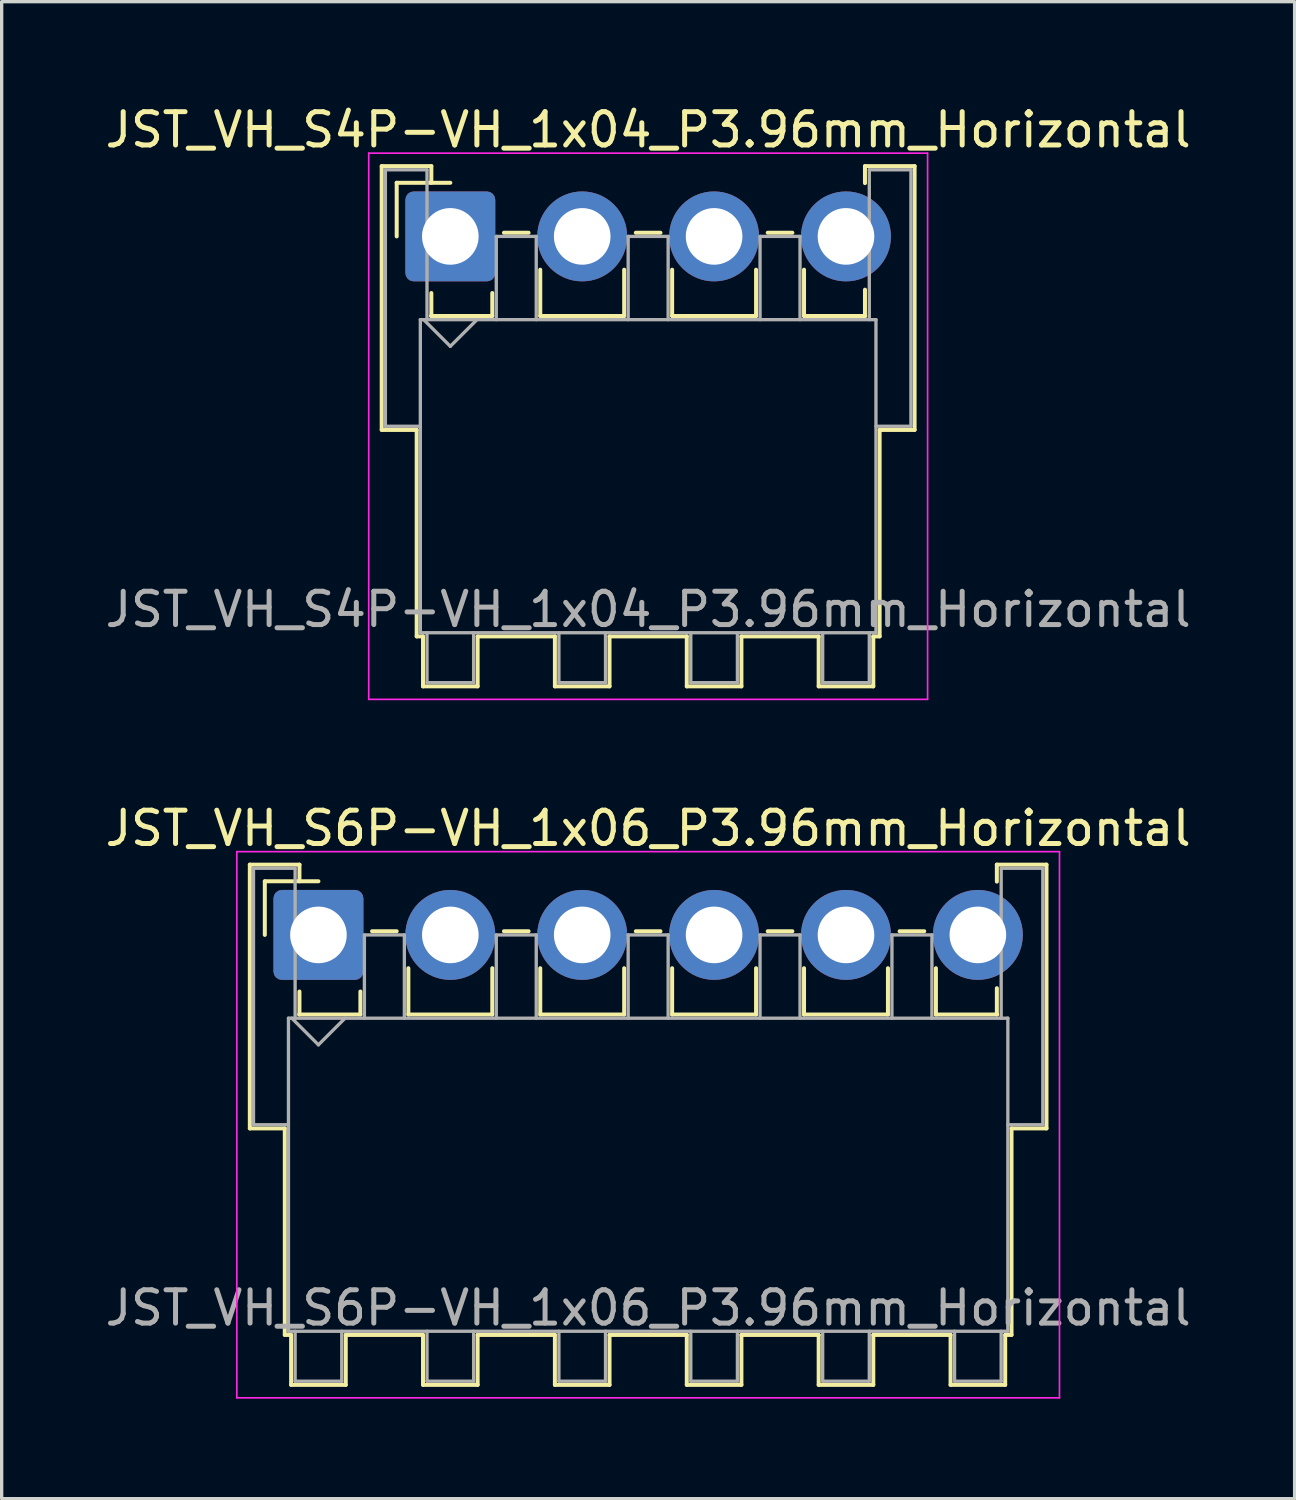
<source format=kicad_pcb>
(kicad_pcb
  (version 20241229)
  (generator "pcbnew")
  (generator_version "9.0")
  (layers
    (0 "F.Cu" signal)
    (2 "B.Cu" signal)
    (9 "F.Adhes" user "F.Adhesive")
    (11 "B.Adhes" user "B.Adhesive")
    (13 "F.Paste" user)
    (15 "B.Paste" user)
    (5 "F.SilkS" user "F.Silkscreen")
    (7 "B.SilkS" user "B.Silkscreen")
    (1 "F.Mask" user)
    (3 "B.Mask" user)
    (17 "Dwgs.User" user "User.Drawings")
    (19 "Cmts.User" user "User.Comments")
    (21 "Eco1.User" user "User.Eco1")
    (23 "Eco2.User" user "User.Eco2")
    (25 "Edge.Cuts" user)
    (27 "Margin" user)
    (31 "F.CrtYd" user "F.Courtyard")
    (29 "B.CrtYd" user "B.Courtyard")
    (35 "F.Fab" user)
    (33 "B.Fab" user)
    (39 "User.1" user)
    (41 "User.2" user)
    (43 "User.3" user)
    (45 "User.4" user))
  (footprint "JST_VH_S4P-VH_1x04_P3.96mm_Horizontal"
    (layer "F.Cu")
    (at 10.471 4.048)
    (property "Reference" "JST_VH_S4P-VH_1x04_P3.96mm_Horizontal" (at 5.94 -3.2 0) (layer "F.SilkS") (effects (font (size 1 1) (thickness 0.15))))
    (attr through_hole)
    (fp_line (start -2.06 -2.11) (end -0.57 -2.11) (stroke (width 0.12) (type solid)) (layer "F.SilkS"))
    (fp_line (start -2.06 5.81) (end -2.06 -2.11) (stroke (width 0.12) (type solid)) (layer "F.SilkS"))
    (fp_line (start -1.61 -1.61) (end -1.61 0) (stroke (width 0.12) (type solid)) (layer "F.SilkS"))
    (fp_line (start -1.01 5.81) (end -2.06 5.81) (stroke (width 0.12) (type solid)) (layer "F.SilkS"))
    (fp_line (start -1.01 5.81) (end -1.01 12.01) (stroke (width 0.12) (type solid)) (layer "F.SilkS"))
    (fp_line (start -1.01 12.01) (end -0.82 12.01) (stroke (width 0.12) (type solid)) (layer "F.SilkS"))
    (fp_line (start -0.82 12.01) (end -0.82 13.51) (stroke (width 0.12) (type solid)) (layer "F.SilkS"))
    (fp_line (start -0.82 13.51) (end 0.82 13.51) (stroke (width 0.12) (type solid)) (layer "F.SilkS"))
    (fp_line (start -0.58 2.39) (end 1.26 2.39) (stroke (width 0.12) (type solid)) (layer "F.SilkS"))
    (fp_line (start -0.57 -2.11) (end -0.57 -1.61) (stroke (width 0.12) (type solid)) (layer "F.SilkS"))
    (fp_line (start -0.57 1.7) (end -0.57 2.39) (stroke (width 0.12) (type solid)) (layer "F.SilkS"))
    (fp_line (start 0 -1.61) (end -1.61 -1.61) (stroke (width 0.12) (type solid)) (layer "F.SilkS"))
    (fp_line (start 0.82 12.01) (end 3.14 12.01) (stroke (width 0.12) (type solid)) (layer "F.SilkS"))
    (fp_line (start 0.82 13.51) (end 0.82 12.01) (stroke (width 0.12) (type solid)) (layer "F.SilkS"))
    (fp_line (start 1.26 2.39) (end 1.26 1.7) (stroke (width 0.12) (type solid)) (layer "F.SilkS"))
    (fp_line (start 1.61 -0.11) (end 2.35 -0.11) (stroke (width 0.12) (type solid)) (layer "F.SilkS"))
    (fp_line (start 2.7 1) (end 2.7 2.39) (stroke (width 0.12) (type solid)) (layer "F.SilkS"))
    (fp_line (start 2.7 2.39) (end 5.22 2.39) (stroke (width 0.12) (type solid)) (layer "F.SilkS"))
    (fp_line (start 3.14 12.01) (end 3.14 13.51) (stroke (width 0.12) (type solid)) (layer "F.SilkS"))
    (fp_line (start 3.14 13.51) (end 4.78 13.51) (stroke (width 0.12) (type solid)) (layer "F.SilkS"))
    (fp_line (start 4.78 12.01) (end 7.1 12.01) (stroke (width 0.12) (type solid)) (layer "F.SilkS"))
    (fp_line (start 4.78 13.51) (end 4.78 12.01) (stroke (width 0.12) (type solid)) (layer "F.SilkS"))
    (fp_line (start 5.22 2.39) (end 5.22 1) (stroke (width 0.12) (type solid)) (layer "F.SilkS"))
    (fp_line (start 5.57 -0.11) (end 6.31 -0.11) (stroke (width 0.12) (type solid)) (layer "F.SilkS"))
    (fp_line (start 6.66 1) (end 6.66 2.39) (stroke (width 0.12) (type solid)) (layer "F.SilkS"))
    (fp_line (start 6.66 2.39) (end 9.18 2.39) (stroke (width 0.12) (type solid)) (layer "F.SilkS"))
    (fp_line (start 7.1 12.01) (end 7.1 13.51) (stroke (width 0.12) (type solid)) (layer "F.SilkS"))
    (fp_line (start 7.1 13.51) (end 8.74 13.51) (stroke (width 0.12) (type solid)) (layer "F.SilkS"))
    (fp_line (start 8.74 12.01) (end 11.06 12.01) (stroke (width 0.12) (type solid)) (layer "F.SilkS"))
    (fp_line (start 8.74 13.51) (end 8.74 12.01) (stroke (width 0.12) (type solid)) (layer "F.SilkS"))
    (fp_line (start 9.18 2.39) (end 9.18 1) (stroke (width 0.12) (type solid)) (layer "F.SilkS"))
    (fp_line (start 9.53 -0.11) (end 10.27 -0.11) (stroke (width 0.12) (type solid)) (layer "F.SilkS"))
    (fp_line (start 10.62 1) (end 10.62 2.39) (stroke (width 0.12) (type solid)) (layer "F.SilkS"))
    (fp_line (start 10.62 2.39) (end 12.46 2.39) (stroke (width 0.12) (type solid)) (layer "F.SilkS"))
    (fp_line (start 11.06 12.01) (end 11.06 13.51) (stroke (width 0.12) (type solid)) (layer "F.SilkS"))
    (fp_line (start 11.06 13.51) (end 12.7 13.51) (stroke (width 0.12) (type solid)) (layer "F.SilkS"))
    (fp_line (start 12.45 -2.11) (end 13.94 -2.11) (stroke (width 0.12) (type solid)) (layer "F.SilkS"))
    (fp_line (start 12.45 -1.6) (end 12.45 -2.11) (stroke (width 0.12) (type solid)) (layer "F.SilkS"))
    (fp_line (start 12.45 2.39) (end 12.45 1.6) (stroke (width 0.12) (type solid)) (layer "F.SilkS"))
    (fp_line (start 12.7 12.01) (end 12.89 12.01) (stroke (width 0.12) (type solid)) (layer "F.SilkS"))
    (fp_line (start 12.7 13.51) (end 12.7 12.01) (stroke (width 0.12) (type solid)) (layer "F.SilkS"))
    (fp_line (start 12.89 12.01) (end 12.89 5.81) (stroke (width 0.12) (type solid)) (layer "F.SilkS"))
    (fp_line (start 13.94 -2.11) (end 13.94 5.81) (stroke (width 0.12) (type solid)) (layer "F.SilkS"))
    (fp_line (start 13.94 5.81) (end 12.89 5.81) (stroke (width 0.12) (type solid)) (layer "F.SilkS"))
    (fp_line (start -2.45 -2.5) (end -2.45 13.9) (stroke (width 0.05) (type solid)) (layer "F.CrtYd"))
    (fp_line (start -2.45 13.9) (end 14.33 13.9) (stroke (width 0.05) (type solid)) (layer "F.CrtYd"))
    (fp_line (start 14.33 -2.5) (end -2.45 -2.5) (stroke (width 0.05) (type solid)) (layer "F.CrtYd"))
    (fp_line (start 14.33 13.9) (end 14.33 -2.5) (stroke (width 0.05) (type solid)) (layer "F.CrtYd"))
    (fp_line (start -1.95 -2) (end -0.7 -2) (stroke (width 0.1) (type solid)) (layer "F.Fab"))
    (fp_line (start -1.95 5.7) (end -1.95 -2) (stroke (width 0.1) (type solid)) (layer "F.Fab"))
    (fp_line (start -0.9 2.5) (end -0.9 11.9) (stroke (width 0.1) (type solid)) (layer "F.Fab"))
    (fp_line (start -0.9 5.7) (end -1.95 5.7) (stroke (width 0.1) (type solid)) (layer "F.Fab"))
    (fp_line (start -0.9 11.9) (end 12.78 11.9) (stroke (width 0.1) (type solid)) (layer "F.Fab"))
    (fp_line (start -0.8 2.5) (end 0 3.3) (stroke (width 0.1) (type solid)) (layer "F.Fab"))
    (fp_line (start -0.7 -2) (end -0.7 2.5) (stroke (width 0.1) (type solid)) (layer "F.Fab"))
    (fp_line (start -0.7 11.9) (end -0.7 13.4) (stroke (width 0.1) (type solid)) (layer "F.Fab"))
    (fp_line (start -0.7 13.4) (end 0.7 13.4) (stroke (width 0.1) (type solid)) (layer "F.Fab"))
    (fp_line (start 0 3.3) (end 0.8 2.5) (stroke (width 0.1) (type solid)) (layer "F.Fab"))
    (fp_line (start 0.7 13.4) (end 0.7 11.9) (stroke (width 0.1) (type solid)) (layer "F.Fab"))
    (fp_line (start 1.38 0) (end 2.58 0) (stroke (width 0.1) (type solid)) (layer "F.Fab"))
    (fp_line (start 1.38 2.5) (end 1.38 0) (stroke (width 0.1) (type solid)) (layer "F.Fab"))
    (fp_line (start 2.58 0) (end 2.58 2.5) (stroke (width 0.1) (type solid)) (layer "F.Fab"))
    (fp_line (start 3.26 11.9) (end 3.26 13.4) (stroke (width 0.1) (type solid)) (layer "F.Fab"))
    (fp_line (start 3.26 13.4) (end 4.66 13.4) (stroke (width 0.1) (type solid)) (layer "F.Fab"))
    (fp_line (start 4.66 13.4) (end 4.66 11.9) (stroke (width 0.1) (type solid)) (layer "F.Fab"))
    (fp_line (start 5.34 0) (end 6.54 0) (stroke (width 0.1) (type solid)) (layer "F.Fab"))
    (fp_line (start 5.34 2.5) (end 5.34 0) (stroke (width 0.1) (type solid)) (layer "F.Fab"))
    (fp_line (start 6.54 0) (end 6.54 2.5) (stroke (width 0.1) (type solid)) (layer "F.Fab"))
    (fp_line (start 7.22 11.9) (end 7.22 13.4) (stroke (width 0.1) (type solid)) (layer "F.Fab"))
    (fp_line (start 7.22 13.4) (end 8.62 13.4) (stroke (width 0.1) (type solid)) (layer "F.Fab"))
    (fp_line (start 8.62 13.4) (end 8.62 11.9) (stroke (width 0.1) (type solid)) (layer "F.Fab"))
    (fp_line (start 9.3 0) (end 10.5 0) (stroke (width 0.1) (type solid)) (layer "F.Fab"))
    (fp_line (start 9.3 2.5) (end 9.3 0) (stroke (width 0.1) (type solid)) (layer "F.Fab"))
    (fp_line (start 10.5 0) (end 10.5 2.5) (stroke (width 0.1) (type solid)) (layer "F.Fab"))
    (fp_line (start 11.18 11.9) (end 11.18 13.4) (stroke (width 0.1) (type solid)) (layer "F.Fab"))
    (fp_line (start 11.18 13.4) (end 12.58 13.4) (stroke (width 0.1) (type solid)) (layer "F.Fab"))
    (fp_line (start 12.58 -2) (end 13.83 -2) (stroke (width 0.1) (type solid)) (layer "F.Fab"))
    (fp_line (start 12.58 2.5) (end 12.58 -2) (stroke (width 0.1) (type solid)) (layer "F.Fab"))
    (fp_line (start 12.58 13.4) (end 12.58 11.9) (stroke (width 0.1) (type solid)) (layer "F.Fab"))
    (fp_line (start 12.78 2.5) (end -0.9 2.5) (stroke (width 0.1) (type solid)) (layer "F.Fab"))
    (fp_line (start 12.78 11.9) (end 12.78 2.5) (stroke (width 0.1) (type solid)) (layer "F.Fab"))
    (fp_line (start 13.83 -2) (end 13.83 5.7) (stroke (width 0.1) (type solid)) (layer "F.Fab"))
    (fp_line (start 13.83 5.7) (end 12.78 5.7) (stroke (width 0.1) (type solid)) (layer "F.Fab"))
    (fp_text user "${REFERENCE}" (at 5.94 11.2 0) (layer "F.Fab") (effects (font (size 1 1) (thickness 0.15))))
    (pad "1" thru_hole roundrect (at 0 0) (size 2.7 2.7) (drill 1.7) (layers "*.Cu" "*.Mask") (roundrect_rratio 0.093))
    (pad "2" thru_hole circle (at 3.96 0) (size 2.7 2.7) (drill 1.7) (layers "*.Cu" "*.Mask"))
    (pad "3" thru_hole circle (at 7.92 0) (size 2.7 2.7) (drill 1.7) (layers "*.Cu" "*.Mask"))
    (pad "4" thru_hole circle (at 11.88 0) (size 2.7 2.7) (drill 1.7) (layers "*.Cu" "*.Mask")))
  (footprint "JST_VH_S6P-VH_1x06_P3.96mm_Horizontal"
    (layer "F.Cu")
    (at 6.511 25.021)
    (property "Reference" "JST_VH_S6P-VH_1x06_P3.96mm_Horizontal" (at 9.9 -3.2 0) (layer "F.SilkS") (effects (font (size 1 1) (thickness 0.15))))
    (attr through_hole)
    (fp_line (start -2.06 -2.11) (end -0.57 -2.11) (stroke (width 0.12) (type solid)) (layer "F.SilkS"))
    (fp_line (start -2.06 5.81) (end -2.06 -2.11) (stroke (width 0.12) (type solid)) (layer "F.SilkS"))
    (fp_line (start -1.61 -1.61) (end -1.61 0) (stroke (width 0.12) (type solid)) (layer "F.SilkS"))
    (fp_line (start -1.01 5.81) (end -2.06 5.81) (stroke (width 0.12) (type solid)) (layer "F.SilkS"))
    (fp_line (start -1.01 5.81) (end -1.01 12.01) (stroke (width 0.12) (type solid)) (layer "F.SilkS"))
    (fp_line (start -1.01 12.01) (end -0.82 12.01) (stroke (width 0.12) (type solid)) (layer "F.SilkS"))
    (fp_line (start -0.82 12.01) (end -0.82 13.51) (stroke (width 0.12) (type solid)) (layer "F.SilkS"))
    (fp_line (start -0.82 13.51) (end 0.82 13.51) (stroke (width 0.12) (type solid)) (layer "F.SilkS"))
    (fp_line (start -0.58 2.39) (end 1.26 2.39) (stroke (width 0.12) (type solid)) (layer "F.SilkS"))
    (fp_line (start -0.57 -2.11) (end -0.57 -1.61) (stroke (width 0.12) (type solid)) (layer "F.SilkS"))
    (fp_line (start -0.57 1.7) (end -0.57 2.39) (stroke (width 0.12) (type solid)) (layer "F.SilkS"))
    (fp_line (start 0 -1.61) (end -1.61 -1.61) (stroke (width 0.12) (type solid)) (layer "F.SilkS"))
    (fp_line (start 0.82 12.01) (end 3.14 12.01) (stroke (width 0.12) (type solid)) (layer "F.SilkS"))
    (fp_line (start 0.82 13.51) (end 0.82 12.01) (stroke (width 0.12) (type solid)) (layer "F.SilkS"))
    (fp_line (start 1.26 2.39) (end 1.26 1.7) (stroke (width 0.12) (type solid)) (layer "F.SilkS"))
    (fp_line (start 1.61 -0.11) (end 2.35 -0.11) (stroke (width 0.12) (type solid)) (layer "F.SilkS"))
    (fp_line (start 2.7 1) (end 2.7 2.39) (stroke (width 0.12) (type solid)) (layer "F.SilkS"))
    (fp_line (start 2.7 2.39) (end 5.22 2.39) (stroke (width 0.12) (type solid)) (layer "F.SilkS"))
    (fp_line (start 3.14 12.01) (end 3.14 13.51) (stroke (width 0.12) (type solid)) (layer "F.SilkS"))
    (fp_line (start 3.14 13.51) (end 4.78 13.51) (stroke (width 0.12) (type solid)) (layer "F.SilkS"))
    (fp_line (start 4.78 12.01) (end 7.1 12.01) (stroke (width 0.12) (type solid)) (layer "F.SilkS"))
    (fp_line (start 4.78 13.51) (end 4.78 12.01) (stroke (width 0.12) (type solid)) (layer "F.SilkS"))
    (fp_line (start 5.22 2.39) (end 5.22 1) (stroke (width 0.12) (type solid)) (layer "F.SilkS"))
    (fp_line (start 5.57 -0.11) (end 6.31 -0.11) (stroke (width 0.12) (type solid)) (layer "F.SilkS"))
    (fp_line (start 6.66 1) (end 6.66 2.39) (stroke (width 0.12) (type solid)) (layer "F.SilkS"))
    (fp_line (start 6.66 2.39) (end 9.18 2.39) (stroke (width 0.12) (type solid)) (layer "F.SilkS"))
    (fp_line (start 7.1 12.01) (end 7.1 13.51) (stroke (width 0.12) (type solid)) (layer "F.SilkS"))
    (fp_line (start 7.1 13.51) (end 8.74 13.51) (stroke (width 0.12) (type solid)) (layer "F.SilkS"))
    (fp_line (start 8.74 12.01) (end 11.06 12.01) (stroke (width 0.12) (type solid)) (layer "F.SilkS"))
    (fp_line (start 8.74 13.51) (end 8.74 12.01) (stroke (width 0.12) (type solid)) (layer "F.SilkS"))
    (fp_line (start 9.18 2.39) (end 9.18 1) (stroke (width 0.12) (type solid)) (layer "F.SilkS"))
    (fp_line (start 9.53 -0.11) (end 10.27 -0.11) (stroke (width 0.12) (type solid)) (layer "F.SilkS"))
    (fp_line (start 10.62 1) (end 10.62 2.39) (stroke (width 0.12) (type solid)) (layer "F.SilkS"))
    (fp_line (start 10.62 2.39) (end 13.14 2.39) (stroke (width 0.12) (type solid)) (layer "F.SilkS"))
    (fp_line (start 11.06 12.01) (end 11.06 13.51) (stroke (width 0.12) (type solid)) (layer "F.SilkS"))
    (fp_line (start 11.06 13.51) (end 12.7 13.51) (stroke (width 0.12) (type solid)) (layer "F.SilkS"))
    (fp_line (start 12.7 12.01) (end 15.02 12.01) (stroke (width 0.12) (type solid)) (layer "F.SilkS"))
    (fp_line (start 12.7 13.51) (end 12.7 12.01) (stroke (width 0.12) (type solid)) (layer "F.SilkS"))
    (fp_line (start 13.14 2.39) (end 13.14 1) (stroke (width 0.12) (type solid)) (layer "F.SilkS"))
    (fp_line (start 13.49 -0.11) (end 14.23 -0.11) (stroke (width 0.12) (type solid)) (layer "F.SilkS"))
    (fp_line (start 14.58 1) (end 14.58 2.39) (stroke (width 0.12) (type solid)) (layer "F.SilkS"))
    (fp_line (start 14.58 2.39) (end 17.1 2.39) (stroke (width 0.12) (type solid)) (layer "F.SilkS"))
    (fp_line (start 15.02 12.01) (end 15.02 13.51) (stroke (width 0.12) (type solid)) (layer "F.SilkS"))
    (fp_line (start 15.02 13.51) (end 16.66 13.51) (stroke (width 0.12) (type solid)) (layer "F.SilkS"))
    (fp_line (start 16.66 12.01) (end 18.98 12.01) (stroke (width 0.12) (type solid)) (layer "F.SilkS"))
    (fp_line (start 16.66 13.51) (end 16.66 12.01) (stroke (width 0.12) (type solid)) (layer "F.SilkS"))
    (fp_line (start 17.1 2.39) (end 17.1 1) (stroke (width 0.12) (type solid)) (layer "F.SilkS"))
    (fp_line (start 17.45 -0.11) (end 18.19 -0.11) (stroke (width 0.12) (type solid)) (layer "F.SilkS"))
    (fp_line (start 18.54 1) (end 18.54 2.39) (stroke (width 0.12) (type solid)) (layer "F.SilkS"))
    (fp_line (start 18.54 2.39) (end 20.38 2.39) (stroke (width 0.12) (type solid)) (layer "F.SilkS"))
    (fp_line (start 18.98 12.01) (end 18.98 13.51) (stroke (width 0.12) (type solid)) (layer "F.SilkS"))
    (fp_line (start 18.98 13.51) (end 20.62 13.51) (stroke (width 0.12) (type solid)) (layer "F.SilkS"))
    (fp_line (start 20.37 -2.11) (end 21.86 -2.11) (stroke (width 0.12) (type solid)) (layer "F.SilkS"))
    (fp_line (start 20.37 -1.6) (end 20.37 -2.11) (stroke (width 0.12) (type solid)) (layer "F.SilkS"))
    (fp_line (start 20.37 2.39) (end 20.37 1.6) (stroke (width 0.12) (type solid)) (layer "F.SilkS"))
    (fp_line (start 20.62 12.01) (end 20.81 12.01) (stroke (width 0.12) (type solid)) (layer "F.SilkS"))
    (fp_line (start 20.62 13.51) (end 20.62 12.01) (stroke (width 0.12) (type solid)) (layer "F.SilkS"))
    (fp_line (start 20.81 12.01) (end 20.81 5.81) (stroke (width 0.12) (type solid)) (layer "F.SilkS"))
    (fp_line (start 21.86 -2.11) (end 21.86 5.81) (stroke (width 0.12) (type solid)) (layer "F.SilkS"))
    (fp_line (start 21.86 5.81) (end 20.81 5.81) (stroke (width 0.12) (type solid)) (layer "F.SilkS"))
    (fp_line (start -2.45 -2.5) (end -2.45 13.9) (stroke (width 0.05) (type solid)) (layer "F.CrtYd"))
    (fp_line (start -2.45 13.9) (end 22.25 13.9) (stroke (width 0.05) (type solid)) (layer "F.CrtYd"))
    (fp_line (start 22.25 -2.5) (end -2.45 -2.5) (stroke (width 0.05) (type solid)) (layer "F.CrtYd"))
    (fp_line (start 22.25 13.9) (end 22.25 -2.5) (stroke (width 0.05) (type solid)) (layer "F.CrtYd"))
    (fp_line (start -1.95 -2) (end -0.7 -2) (stroke (width 0.1) (type solid)) (layer "F.Fab"))
    (fp_line (start -1.95 5.7) (end -1.95 -2) (stroke (width 0.1) (type solid)) (layer "F.Fab"))
    (fp_line (start -0.9 2.5) (end -0.9 11.9) (stroke (width 0.1) (type solid)) (layer "F.Fab"))
    (fp_line (start -0.9 5.7) (end -1.95 5.7) (stroke (width 0.1) (type solid)) (layer "F.Fab"))
    (fp_line (start -0.9 11.9) (end 20.7 11.9) (stroke (width 0.1) (type solid)) (layer "F.Fab"))
    (fp_line (start -0.8 2.5) (end 0 3.3) (stroke (width 0.1) (type solid)) (layer "F.Fab"))
    (fp_line (start -0.7 -2) (end -0.7 2.5) (stroke (width 0.1) (type solid)) (layer "F.Fab"))
    (fp_line (start -0.7 11.9) (end -0.7 13.4) (stroke (width 0.1) (type solid)) (layer "F.Fab"))
    (fp_line (start -0.7 13.4) (end 0.7 13.4) (stroke (width 0.1) (type solid)) (layer "F.Fab"))
    (fp_line (start 0 3.3) (end 0.8 2.5) (stroke (width 0.1) (type solid)) (layer "F.Fab"))
    (fp_line (start 0.7 13.4) (end 0.7 11.9) (stroke (width 0.1) (type solid)) (layer "F.Fab"))
    (fp_line (start 1.38 0) (end 2.58 0) (stroke (width 0.1) (type solid)) (layer "F.Fab"))
    (fp_line (start 1.38 2.5) (end 1.38 0) (stroke (width 0.1) (type solid)) (layer "F.Fab"))
    (fp_line (start 2.58 0) (end 2.58 2.5) (stroke (width 0.1) (type solid)) (layer "F.Fab"))
    (fp_line (start 3.26 11.9) (end 3.26 13.4) (stroke (width 0.1) (type solid)) (layer "F.Fab"))
    (fp_line (start 3.26 13.4) (end 4.66 13.4) (stroke (width 0.1) (type solid)) (layer "F.Fab"))
    (fp_line (start 4.66 13.4) (end 4.66 11.9) (stroke (width 0.1) (type solid)) (layer "F.Fab"))
    (fp_line (start 5.34 0) (end 6.54 0) (stroke (width 0.1) (type solid)) (layer "F.Fab"))
    (fp_line (start 5.34 2.5) (end 5.34 0) (stroke (width 0.1) (type solid)) (layer "F.Fab"))
    (fp_line (start 6.54 0) (end 6.54 2.5) (stroke (width 0.1) (type solid)) (layer "F.Fab"))
    (fp_line (start 7.22 11.9) (end 7.22 13.4) (stroke (width 0.1) (type solid)) (layer "F.Fab"))
    (fp_line (start 7.22 13.4) (end 8.62 13.4) (stroke (width 0.1) (type solid)) (layer "F.Fab"))
    (fp_line (start 8.62 13.4) (end 8.62 11.9) (stroke (width 0.1) (type solid)) (layer "F.Fab"))
    (fp_line (start 9.3 0) (end 10.5 0) (stroke (width 0.1) (type solid)) (layer "F.Fab"))
    (fp_line (start 9.3 2.5) (end 9.3 0) (stroke (width 0.1) (type solid)) (layer "F.Fab"))
    (fp_line (start 10.5 0) (end 10.5 2.5) (stroke (width 0.1) (type solid)) (layer "F.Fab"))
    (fp_line (start 11.18 11.9) (end 11.18 13.4) (stroke (width 0.1) (type solid)) (layer "F.Fab"))
    (fp_line (start 11.18 13.4) (end 12.58 13.4) (stroke (width 0.1) (type solid)) (layer "F.Fab"))
    (fp_line (start 12.58 13.4) (end 12.58 11.9) (stroke (width 0.1) (type solid)) (layer "F.Fab"))
    (fp_line (start 13.26 0) (end 14.46 0) (stroke (width 0.1) (type solid)) (layer "F.Fab"))
    (fp_line (start 13.26 2.5) (end 13.26 0) (stroke (width 0.1) (type solid)) (layer "F.Fab"))
    (fp_line (start 14.46 0) (end 14.46 2.5) (stroke (width 0.1) (type solid)) (layer "F.Fab"))
    (fp_line (start 15.14 11.9) (end 15.14 13.4) (stroke (width 0.1) (type solid)) (layer "F.Fab"))
    (fp_line (start 15.14 13.4) (end 16.54 13.4) (stroke (width 0.1) (type solid)) (layer "F.Fab"))
    (fp_line (start 16.54 13.4) (end 16.54 11.9) (stroke (width 0.1) (type solid)) (layer "F.Fab"))
    (fp_line (start 17.22 0) (end 18.42 0) (stroke (width 0.1) (type solid)) (layer "F.Fab"))
    (fp_line (start 17.22 2.5) (end 17.22 0) (stroke (width 0.1) (type solid)) (layer "F.Fab"))
    (fp_line (start 18.42 0) (end 18.42 2.5) (stroke (width 0.1) (type solid)) (layer "F.Fab"))
    (fp_line (start 19.1 11.9) (end 19.1 13.4) (stroke (width 0.1) (type solid)) (layer "F.Fab"))
    (fp_line (start 19.1 13.4) (end 20.5 13.4) (stroke (width 0.1) (type solid)) (layer "F.Fab"))
    (fp_line (start 20.5 -2) (end 21.75 -2) (stroke (width 0.1) (type solid)) (layer "F.Fab"))
    (fp_line (start 20.5 2.5) (end 20.5 -2) (stroke (width 0.1) (type solid)) (layer "F.Fab"))
    (fp_line (start 20.5 13.4) (end 20.5 11.9) (stroke (width 0.1) (type solid)) (layer "F.Fab"))
    (fp_line (start 20.7 2.5) (end -0.9 2.5) (stroke (width 0.1) (type solid)) (layer "F.Fab"))
    (fp_line (start 20.7 11.9) (end 20.7 2.5) (stroke (width 0.1) (type solid)) (layer "F.Fab"))
    (fp_line (start 21.75 -2) (end 21.75 5.7) (stroke (width 0.1) (type solid)) (layer "F.Fab"))
    (fp_line (start 21.75 5.7) (end 20.7 5.7) (stroke (width 0.1) (type solid)) (layer "F.Fab"))
    (fp_text user "${REFERENCE}" (at 9.9 11.2 0) (layer "F.Fab") (effects (font (size 1 1) (thickness 0.15))))
    (pad "1" thru_hole roundrect (at 0 0) (size 2.7 2.7) (drill 1.7) (layers "*.Cu" "*.Mask") (roundrect_rratio 0.093))
    (pad "2" thru_hole circle (at 3.96 0) (size 2.7 2.7) (drill 1.7) (layers "*.Cu" "*.Mask"))
    (pad "3" thru_hole circle (at 7.92 0) (size 2.7 2.7) (drill 1.7) (layers "*.Cu" "*.Mask"))
    (pad "4" thru_hole circle (at 11.88 0) (size 2.7 2.7) (drill 1.7) (layers "*.Cu" "*.Mask"))
    (pad "5" thru_hole circle (at 15.84 0) (size 2.7 2.7) (drill 1.7) (layers "*.Cu" "*.Mask"))
    (pad "6" thru_hole circle (at 19.8 0) (size 2.7 2.7) (drill 1.7) (layers "*.Cu" "*.Mask")))
  (gr_rect
    (start -3 -3)
    (end 35.821 41.947)
    (stroke (width 0.1) (type default))
    (fill no)
    (layer "Edge.Cuts")))
</source>
